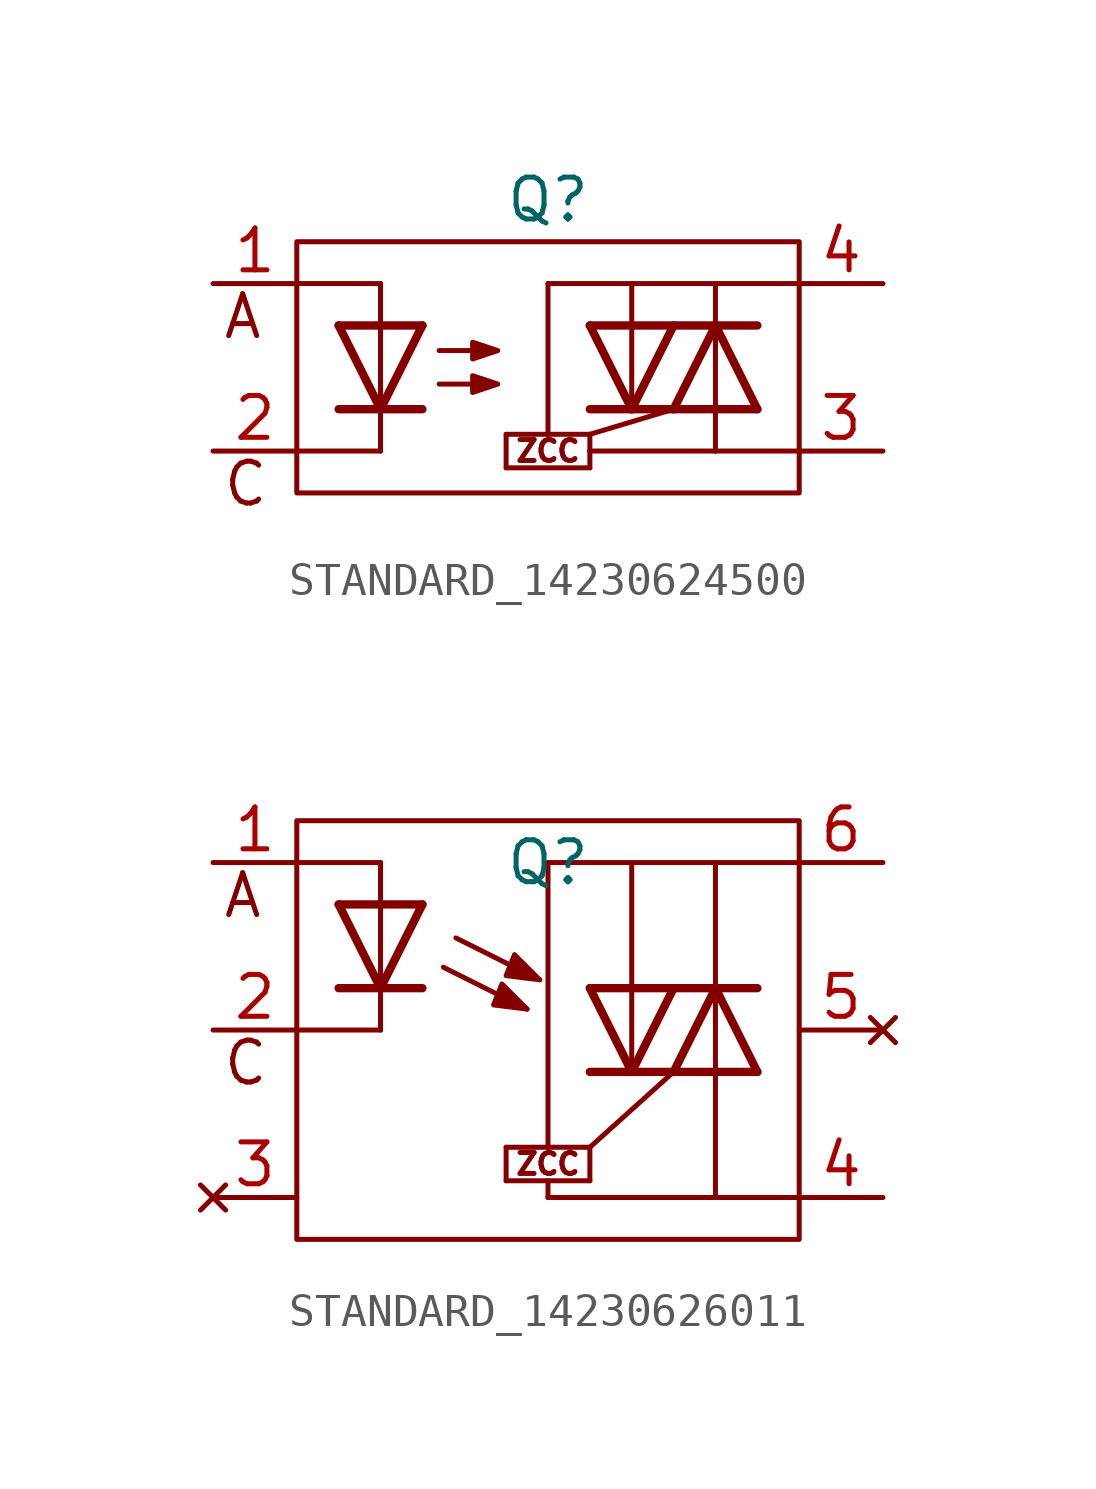
<source format=kicad_sym>
(kicad_symbol_lib
  (version 20220914)
  (generator kicad_symbol_editor)
  (symbol "STANDARD_14230624500"
    (pin_names hide)
    (property "Reference" "Q"
      (at 0 5.08 0)
      (effects (font (size 1.27 1.27))))
    (symbol "STANDARD_14230624500_0_0"
      (polyline (pts (xy -5.08 -2.54) (xy -7.62 -2.54)) (stroke (width 0.152) (type default)) (fill (type none)))
      (polyline (pts (xy -5.08 -1.27) (xy -6.35 -1.27)) (stroke (width 0.254) (type default)) (fill (type none)))
      (polyline (pts (xy -5.08 -1.27) (xy -6.35 1.27)) (stroke (width 0.254) (type default)) (fill (type none)))
      (polyline (pts (xy -5.08 -1.27) (xy -5.08 -2.54)) (stroke (width 0.152) (type default)) (fill (type none)))
      (polyline (pts (xy -5.08 1.27) (xy -6.35 1.27)) (stroke (width 0.254) (type default)) (fill (type none)))
      (polyline (pts (xy -5.08 1.27) (xy -5.08 -1.27)) (stroke (width 0.152) (type default)) (fill (type none)))
      (polyline (pts (xy -5.08 1.27) (xy -5.08 2.54)) (stroke (width 0.152) (type default)) (fill (type none)))
      (polyline (pts (xy -3.81 -1.27) (xy -5.08 -1.27)) (stroke (width 0.254) (type default)) (fill (type none)))
      (polyline (pts (xy -3.81 1.27) (xy -5.08 -1.27)) (stroke (width 0.254) (type default)) (fill (type none)))
      (polyline (pts (xy -3.81 1.27) (xy -5.08 1.27)) (stroke (width 0.254) (type default)) (fill (type none)))
      (polyline (pts (xy -3.302 -0.508) (xy -2.032 -0.508)) (stroke (width 0.152) (type default)) (fill (type none)))
      (polyline (pts (xy -3.302 0.508) (xy -2.032 0.508)) (stroke (width 0.152) (type default)) (fill (type none)))
      (polyline (pts (xy -1.27 -3.048) (xy -1.27 -2.032)) (stroke (width 0.152) (type default)) (fill (type none)))
      (polyline (pts (xy -1.27 -2.032) (xy 0 -2.032)) (stroke (width 0.152) (type default)) (fill (type none)))
      (polyline (pts (xy 0 -2.032) (xy 1.27 -2.032)) (stroke (width 0.152) (type default)) (fill (type none)))
      (polyline (pts (xy 0 2.54) (xy 0 -2.032)) (stroke (width 0.152) (type default)) (fill (type none)))
      (polyline (pts (xy 1.27 -3.048) (xy -1.27 -3.048)) (stroke (width 0.152) (type default)) (fill (type none)))
      (polyline (pts (xy 1.27 -2.54) (xy 1.27 -3.048)) (stroke (width 0.152) (type default)) (fill (type none)))
      (polyline (pts (xy 1.27 -2.54) (xy 5.08 -2.54)) (stroke (width 0.152) (type default)) (fill (type none)))
      (polyline (pts (xy 1.27 -2.032) (xy 1.27 -2.54)) (stroke (width 0.152) (type default)) (fill (type none)))
      (polyline (pts (xy 2.54 -1.27) (xy 1.27 -1.27)) (stroke (width 0.254) (type default)) (fill (type none)))
      (polyline (pts (xy 2.54 -1.27) (xy 1.27 1.27)) (stroke (width 0.254) (type default)) (fill (type none)))
      (polyline (pts (xy 2.54 1.27) (xy 1.27 1.27)) (stroke (width 0.254) (type default)) (fill (type none)))
      (polyline (pts (xy 2.54 1.27) (xy 2.54 -1.27)) (stroke (width 0.152) (type default)) (fill (type none)))
      (polyline (pts (xy 2.54 1.27) (xy 2.54 2.54)) (stroke (width 0.152) (type default)) (fill (type none)))
      (polyline (pts (xy 2.54 2.54) (xy 0 2.54)) (stroke (width 0.152) (type default)) (fill (type none)))
      (polyline (pts (xy 3.81 -1.27) (xy 1.27 -2.032)) (stroke (width 0.152) (type default)) (fill (type none)))
      (polyline (pts (xy 3.81 -1.27) (xy 2.54 -1.27)) (stroke (width 0.254) (type default)) (fill (type none)))
      (polyline (pts (xy 3.81 -1.27) (xy 5.08 -1.27)) (stroke (width 0.254) (type default)) (fill (type none)))
      (polyline (pts (xy 3.81 -1.27) (xy 5.08 1.27)) (stroke (width 0.254) (type default)) (fill (type none)))
      (polyline (pts (xy 3.81 1.27) (xy 2.54 -1.27)) (stroke (width 0.254) (type default)) (fill (type none)))
      (polyline (pts (xy 3.81 1.27) (xy 2.54 1.27)) (stroke (width 0.254) (type default)) (fill (type none)))
      (polyline (pts (xy 3.81 1.27) (xy 5.08 1.27)) (stroke (width 0.254) (type default)) (fill (type none)))
      (polyline (pts (xy 5.08 -1.27) (xy 5.08 -2.54)) (stroke (width 0.152) (type default)) (fill (type none)))
      (polyline (pts (xy 5.08 -1.27) (xy 5.08 1.27)) (stroke (width 0.152) (type default)) (fill (type none)))
      (polyline (pts (xy 5.08 -1.27) (xy 6.35 -1.27)) (stroke (width 0.254) (type default)) (fill (type none)))
      (polyline (pts (xy 5.08 1.27) (xy 5.08 2.54)) (stroke (width 0.152) (type default)) (fill (type none)))
      (polyline (pts (xy 5.08 1.27) (xy 6.35 -1.27)) (stroke (width 0.254) (type default)) (fill (type none)))
      (polyline (pts (xy 5.08 1.27) (xy 6.35 1.27)) (stroke (width 0.254) (type default)) (fill (type none)))
      (polyline (pts (xy 5.08 2.54) (xy 2.54 2.54)) (stroke (width 0.152) (type default)) (fill (type none)))
      (polyline (pts (xy 7.62 -2.54) (xy 5.08 -2.54)) (stroke (width 0.152) (type default)) (fill (type none)))
      (polyline (pts (xy 7.62 2.54) (xy 5.08 2.54)) (stroke (width 0.152) (type default)) (fill (type none)))
      (polyline (pts (xy -2.286 -0.254) (xy -1.524 -0.508) (xy -2.286 -0.762) (xy -2.286 -0.254)) (stroke (width 0.152) (type default)) (fill (type outline)))
      (polyline (pts (xy -2.286 0.762) (xy -1.524 0.508) (xy -2.286 0.254) (xy -2.286 0.762)) (stroke (width 0.152) (type default)) (fill (type outline)))
      (text "A" (at -9.906 2.286 0) (effects (font (size 1.27 1.27)) (justify left top)))
      (text "C" (at -9.906 -2.794 0) (effects (font (size 1.27 1.27)) (justify left top))))
    (symbol "STANDARD_14230624500_0_1"
      (rectangle (start -7.62 3.81) (end 7.62 -3.81) (stroke (width 0) (type default)) (fill (type none))))
    (symbol "STANDARD_14230624500_1_0"
      (polyline (pts (xy -5.08 2.54) (xy -7.62 2.54)) (stroke (width 0.152) (type default)) (fill (type none)))
      (text "ZCC" (at 0 -2.54 0) (effects (font (size 0.635 0.635))))
      (pin passive line (at -10.16 2.54 0) (length 2.54) (name "Anode" (effects (font (size 1.27 1.27)))) (number "1" (effects (font (size 1.27 1.27)))))
      (pin passive line (at -10.16 -2.54 0) (length 2.54) (name "Cathode" (effects (font (size 1.27 1.27)))) (number "2" (effects (font (size 1.27 1.27)))))
      (pin passive line (at 10.16 -2.54 180) (length 2.54) (name "Teminal" (effects (font (size 1.27 1.27)))) (number "3" (effects (font (size 1.27 1.27)))))
      (pin passive line (at 10.16 2.54 180) (length 2.54) (name "Teminal" (effects (font (size 1.27 1.27)))) (number "4" (effects (font (size 1.27 1.27)))))))
  (symbol "STANDARD_14230626011"
    (pin_names hide)
    (property "Reference" "Q"
      (at 0 5.08 0)
      (effects (font (size 1.27 1.27))))
    (symbol "STANDARD_14230626011_0_0"
      (rectangle (start -7.62 6.35) (end 7.62 -6.35) (stroke (width 0) (type default)) (fill (type none)))
      (polyline (pts (xy -5.08 0) (xy -7.62 0)) (stroke (width 0.152) (type default)) (fill (type none)))
      (polyline (pts (xy -5.08 1.27) (xy -6.35 1.27)) (stroke (width 0.254) (type default)) (fill (type none)))
      (polyline (pts (xy -5.08 1.27) (xy -6.35 3.81)) (stroke (width 0.254) (type default)) (fill (type none)))
      (polyline (pts (xy -5.08 1.27) (xy -5.08 0)) (stroke (width 0.152) (type default)) (fill (type none)))
      (polyline (pts (xy -5.08 3.81) (xy -6.35 3.81)) (stroke (width 0.254) (type default)) (fill (type none)))
      (polyline (pts (xy -5.08 3.81) (xy -5.08 1.27)) (stroke (width 0.152) (type default)) (fill (type none)))
      (polyline (pts (xy -5.08 3.81) (xy -5.08 5.08)) (stroke (width 0.152) (type default)) (fill (type none)))
      (polyline (pts (xy -5.08 5.08) (xy -7.62 5.08)) (stroke (width 0.152) (type default)) (fill (type none)))
      (polyline (pts (xy -3.81 1.27) (xy -5.08 1.27)) (stroke (width 0.254) (type default)) (fill (type none)))
      (polyline (pts (xy -3.81 3.81) (xy -5.08 1.27)) (stroke (width 0.254) (type default)) (fill (type none)))
      (polyline (pts (xy -3.81 3.81) (xy -5.08 3.81)) (stroke (width 0.254) (type default)) (fill (type none)))
      (polyline (pts (xy -3.175 1.905) (xy -0.635 0.635)) (stroke (width 0.152) (type default)) (fill (type none)))
      (polyline (pts (xy -2.794 2.794) (xy -0.254 1.524)) (stroke (width 0.152) (type default)) (fill (type none)))
      (polyline (pts (xy -1.27 -4.572) (xy -1.27 -3.556)) (stroke (width 0.152) (type default)) (fill (type none)))
      (polyline (pts (xy -1.27 -3.556) (xy 0 -3.556)) (stroke (width 0.152) (type default)) (fill (type none)))
      (polyline (pts (xy 0 -5.08) (xy 5.08 -5.08)) (stroke (width 0.152) (type default)) (fill (type none)))
      (polyline (pts (xy 0 -4.572) (xy -1.27 -4.572)) (stroke (width 0.152) (type default)) (fill (type none)))
      (polyline (pts (xy 0 -4.572) (xy 0 -5.08)) (stroke (width 0.152) (type default)) (fill (type none)))
      (polyline (pts (xy 0 -3.556) (xy 1.27 -3.556)) (stroke (width 0.152) (type default)) (fill (type none)))
      (polyline (pts (xy 0 5.08) (xy 0 -3.556)) (stroke (width 0.152) (type default)) (fill (type none)))
      (polyline (pts (xy 1.27 -4.572) (xy 0 -4.572)) (stroke (width 0.152) (type default)) (fill (type none)))
      (polyline (pts (xy 1.27 -3.556) (xy 1.27 -4.572)) (stroke (width 0.152) (type default)) (fill (type none)))
      (polyline (pts (xy 1.27 -3.556) (xy 3.81 -1.27)) (stroke (width 0.152) (type default)) (fill (type none)))
      (polyline (pts (xy 2.54 -1.27) (xy 1.27 -1.27)) (stroke (width 0.254) (type default)) (fill (type none)))
      (polyline (pts (xy 2.54 -1.27) (xy 1.27 1.27)) (stroke (width 0.254) (type default)) (fill (type none)))
      (polyline (pts (xy 2.54 1.27) (xy 1.27 1.27)) (stroke (width 0.254) (type default)) (fill (type none)))
      (polyline (pts (xy 2.54 1.27) (xy 2.54 -1.27)) (stroke (width 0.152) (type default)) (fill (type none)))
      (polyline (pts (xy 2.54 1.27) (xy 2.54 5.08)) (stroke (width 0.152) (type default)) (fill (type none)))
      (polyline (pts (xy 2.54 5.08) (xy 0 5.08)) (stroke (width 0.152) (type default)) (fill (type none)))
      (polyline (pts (xy 3.81 -1.27) (xy 2.54 -1.27)) (stroke (width 0.254) (type default)) (fill (type none)))
      (polyline (pts (xy 3.81 -1.27) (xy 5.08 -1.27)) (stroke (width 0.254) (type default)) (fill (type none)))
      (polyline (pts (xy 3.81 -1.27) (xy 5.08 1.27)) (stroke (width 0.254) (type default)) (fill (type none)))
      (polyline (pts (xy 3.81 1.27) (xy 2.54 -1.27)) (stroke (width 0.254) (type default)) (fill (type none)))
      (polyline (pts (xy 3.81 1.27) (xy 2.54 1.27)) (stroke (width 0.254) (type default)) (fill (type none)))
      (polyline (pts (xy 3.81 1.27) (xy 5.08 1.27)) (stroke (width 0.254) (type default)) (fill (type none)))
      (polyline (pts (xy 5.08 -1.27) (xy 5.08 -5.08)) (stroke (width 0.152) (type default)) (fill (type none)))
      (polyline (pts (xy 5.08 -1.27) (xy 5.08 1.27)) (stroke (width 0.152) (type default)) (fill (type none)))
      (polyline (pts (xy 5.08 -1.27) (xy 6.35 -1.27)) (stroke (width 0.254) (type default)) (fill (type none)))
      (polyline (pts (xy 5.08 1.27) (xy 5.08 5.08)) (stroke (width 0.152) (type default)) (fill (type none)))
      (polyline (pts (xy 5.08 1.27) (xy 6.35 -1.27)) (stroke (width 0.254) (type default)) (fill (type none)))
      (polyline (pts (xy 5.08 1.27) (xy 6.35 1.27)) (stroke (width 0.254) (type default)) (fill (type none)))
      (polyline (pts (xy 5.08 5.08) (xy 2.54 5.08)) (stroke (width 0.152) (type default)) (fill (type none)))
      (polyline (pts (xy 7.62 -5.08) (xy 5.08 -5.08)) (stroke (width 0.152) (type default)) (fill (type none)))
      (polyline (pts (xy 7.62 5.08) (xy 5.08 5.08)) (stroke (width 0.152) (type default)) (fill (type none)))
      (polyline (pts (xy -1.397 1.397) (xy -0.635 0.635) (xy -1.651 0.762) (xy -1.397 1.397)) (stroke (width 0.152) (type default)) (fill (type outline)))
      (polyline (pts (xy -1.016 2.286) (xy -0.254 1.524) (xy -1.27 1.651) (xy -1.016 2.286)) (stroke (width 0.152) (type default)) (fill (type outline)))
      (text "A" (at -9.906 4.826 0) (effects (font (size 1.27 1.27)) (justify left top)))
      (text "C" (at -9.906 -0.254 0) (effects (font (size 1.27 1.27)) (justify left top))))
    (symbol "STANDARD_14230626011_1_0"
      (text "ZCC" (at 0 -4.064 0) (effects (font (size 0.635 0.635))))
      (pin passive line (at -10.16 5.08 0) (length 2.54) (name "Anode" (effects (font (size 1.27 1.27)))) (number "1" (effects (font (size 1.27 1.27)))))
      (pin passive line (at -10.16 0 0) (length 2.54) (name "Cathode" (effects (font (size 1.27 1.27)))) (number "2" (effects (font (size 1.27 1.27)))))
      (pin no_connect line (at -10.16 -5.08 0) (length 2.54) (name "NC" (effects (font (size 1.27 1.27)))) (number "3" (effects (font (size 1.27 1.27)))))
      (pin passive line (at 10.16 -5.08 180) (length 2.54) (name "Teminal" (effects (font (size 1.27 1.27)))) (number "4" (effects (font (size 1.27 1.27)))))
      (pin no_connect line (at 10.16 0 180) (length 2.54) (name "NC" (effects (font (size 1.27 1.27)))) (number "5" (effects (font (size 1.27 1.27)))))
      (pin passive line (at 10.16 5.08 180) (length 2.54) (name "Teminal" (effects (font (size 1.27 1.27)))) (number "6" (effects (font (size 1.27 1.27))))))))
</source>
